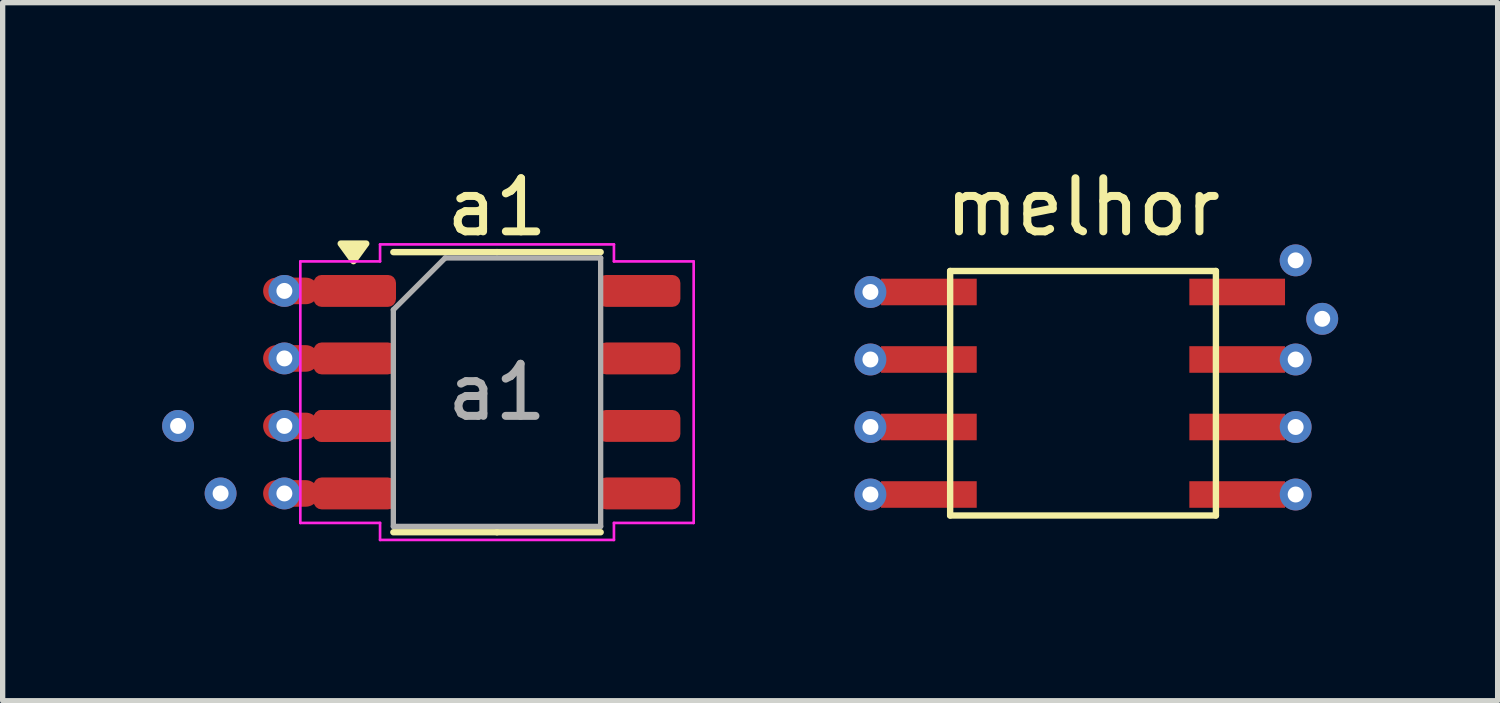
<source format=kicad_pcb>
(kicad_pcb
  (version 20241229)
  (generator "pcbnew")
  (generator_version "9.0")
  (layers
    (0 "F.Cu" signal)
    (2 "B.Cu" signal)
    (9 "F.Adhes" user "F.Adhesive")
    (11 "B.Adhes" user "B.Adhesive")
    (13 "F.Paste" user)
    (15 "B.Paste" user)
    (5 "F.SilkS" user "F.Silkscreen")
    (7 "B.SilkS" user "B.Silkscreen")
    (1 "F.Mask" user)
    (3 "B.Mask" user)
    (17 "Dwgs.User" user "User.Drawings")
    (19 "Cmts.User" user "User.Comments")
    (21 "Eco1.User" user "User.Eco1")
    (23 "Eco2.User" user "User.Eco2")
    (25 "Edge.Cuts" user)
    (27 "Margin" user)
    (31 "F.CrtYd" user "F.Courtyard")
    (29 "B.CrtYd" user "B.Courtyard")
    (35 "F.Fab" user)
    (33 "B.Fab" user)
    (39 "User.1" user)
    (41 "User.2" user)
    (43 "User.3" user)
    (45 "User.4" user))
  (footprint "a1"
    (layer "F.Cu")
    (at 6.3 4.328)
    (property "Reference" "a1" (at 0 -3.48 0) (layer "F.SilkS") (effects (font (size 1 1) (thickness 0.15))))
    (attr smd)
    (fp_line (start -4.15 -1.905) (end -3.6 -1.905) (stroke (width 0.5) (type solid)) (layer "F.Cu"))
    (fp_line (start -4.15 -0.635) (end -3.6 -0.635) (stroke (width 0.5) (type solid)) (layer "F.Cu"))
    (fp_line (start -4.15 0.635) (end -3.6 0.635) (stroke (width 0.5) (type solid)) (layer "F.Cu"))
    (fp_line (start -4.15 1.905) (end -3.6 1.905) (stroke (width 0.5) (type solid)) (layer "F.Cu"))
    (fp_line (start 0 -2.635) (end -1.95 -2.635) (stroke (width 0.12) (type solid)) (layer "F.SilkS"))
    (fp_line (start 0 -2.635) (end 1.95 -2.635) (stroke (width 0.12) (type solid)) (layer "F.SilkS"))
    (fp_line (start 0 2.635) (end -1.95 2.635) (stroke (width 0.12) (type solid)) (layer "F.SilkS"))
    (fp_line (start 0 2.635) (end 1.95 2.635) (stroke (width 0.12) (type solid)) (layer "F.SilkS"))
    (fp_poly (pts (xy -2.7 -2.465) (xy -2.94 -2.795) (xy -2.46 -2.795)) (stroke (width 0.12) (type solid)) (fill yes) (layer "F.SilkS"))
    (fp_line (start -3.7 -2.46) (end -2.2 -2.46) (stroke (width 0.05) (type solid)) (layer "F.CrtYd"))
    (fp_line (start -3.7 2.46) (end -3.7 -2.46) (stroke (width 0.05) (type solid)) (layer "F.CrtYd"))
    (fp_line (start -2.2 -2.78) (end 2.2 -2.78) (stroke (width 0.05) (type solid)) (layer "F.CrtYd"))
    (fp_line (start -2.2 -2.46) (end -2.2 -2.78) (stroke (width 0.05) (type solid)) (layer "F.CrtYd"))
    (fp_line (start -2.2 2.46) (end -3.7 2.46) (stroke (width 0.05) (type solid)) (layer "F.CrtYd"))
    (fp_line (start -2.2 2.78) (end -2.2 2.46) (stroke (width 0.05) (type solid)) (layer "F.CrtYd"))
    (fp_line (start 2.2 -2.78) (end 2.2 -2.46) (stroke (width 0.05) (type solid)) (layer "F.CrtYd"))
    (fp_line (start 2.2 -2.46) (end 3.7 -2.46) (stroke (width 0.05) (type solid)) (layer "F.CrtYd"))
    (fp_line (start 2.2 2.46) (end 2.2 2.78) (stroke (width 0.05) (type solid)) (layer "F.CrtYd"))
    (fp_line (start 2.2 2.78) (end -2.2 2.78) (stroke (width 0.05) (type solid)) (layer "F.CrtYd"))
    (fp_line (start 3.7 -2.46) (end 3.7 2.46) (stroke (width 0.05) (type solid)) (layer "F.CrtYd"))
    (fp_line (start 3.7 2.46) (end 2.2 2.46) (stroke (width 0.05) (type solid)) (layer "F.CrtYd"))
    (fp_line (start -1.95 -1.55) (end -0.975 -2.525) (stroke (width 0.1) (type solid)) (layer "F.Fab"))
    (fp_line (start -1.95 2.525) (end -1.95 -1.55) (stroke (width 0.1) (type solid)) (layer "F.Fab"))
    (fp_line (start -0.975 -2.525) (end 1.95 -2.525) (stroke (width 0.1) (type solid)) (layer "F.Fab"))
    (fp_line (start 1.95 -2.525) (end 1.95 2.525) (stroke (width 0.1) (type solid)) (layer "F.Fab"))
    (fp_line (start 1.95 2.525) (end -1.95 2.525) (stroke (width 0.1) (type solid)) (layer "F.Fab"))
    (fp_text user "${REFERENCE}" (at 0 0 0) (layer "F.Fab") (effects (font (size 0.98 0.98) (thickness 0.15))))
    (pad "1" smd roundrect (at -2.675 -1.905) (size 1.55 0.6) (layers "F.Cu" "F.Mask" "F.Paste") (roundrect_rratio 0.25))
    (pad "2" smd roundrect (at -2.675 -0.635) (size 1.55 0.6) (layers "F.Cu" "F.Mask" "F.Paste") (roundrect_rratio 0.25))
    (pad "3" smd roundrect (at -2.675 0.635) (size 1.55 0.6) (layers "F.Cu" "F.Mask" "F.Paste") (roundrect_rratio 0.25))
    (pad "3" smd roundrect (at -2.675 0.635) (size 1.55 0.6) (layers "F.Cu" "F.Mask" "F.Paste") (roundrect_rratio 0.25))
    (pad "4" smd roundrect (at -2.675 1.905) (size 1.55 0.6) (layers "F.Cu" "F.Mask" "F.Paste") (roundrect_rratio 0.25))
    (pad "5" smd roundrect (at 2.675 1.905) (size 1.55 0.6) (layers "F.Cu" "F.Mask" "F.Paste") (roundrect_rratio 0.25))
    (pad "6" smd roundrect (at 2.675 0.635) (size 1.55 0.6) (layers "F.Cu" "F.Mask" "F.Paste") (roundrect_rratio 0.25))
    (pad "7" smd roundrect (at 2.675 -0.635) (size 1.55 0.6) (layers "F.Cu" "F.Mask" "F.Paste") (roundrect_rratio 0.25))
    (pad "8" smd roundrect (at 2.675 -1.905) (size 1.55 0.6) (layers "F.Cu" "F.Mask" "F.Paste") (roundrect_rratio 0.25))
    (pad "9" thru_hole circle (at -4 -1.905) (size 0.6 0.6) (drill 0.3) (layers "*.Cu"))
    (pad "10" thru_hole circle (at -4 -0.635) (size 0.6 0.6) (drill 0.3) (layers "*.Cu"))
    (pad "12" thru_hole circle (at -4 0.635) (size 0.6 0.6) (drill 0.3) (layers "*.Cu" "*.Mask"))
    (pad "13" thru_hole circle (at -6 0.635) (size 0.6 0.6) (drill 0.3) (layers "*.Cu" "*.Mask"))
    (pad "14" thru_hole circle (at -4 1.905) (size 0.6 0.6) (drill 0.3) (layers "*.Cu" "*.Mask"))
    (pad "15" thru_hole circle (at -5.2 1.905) (size 0.6 0.6) (drill 0.3) (layers "*.Cu" "*.Mask")))
  (footprint "melhor"
    (layer "F.Cu")
    (at 17.325 4.348)
    (property "Reference" "melhor" (at 0 -3.5 0) (layer "F.SilkS") (effects (font (size 1 1) (thickness 0.15))))
    (attr smd)
    (fp_line (start -2.5 -2.3) (end 2.5 -2.3) (stroke (width 0.12) (type solid)) (layer "F.SilkS"))
    (fp_line (start -2.5 2.3) (end -2.5 -2.3) (stroke (width 0.12) (type solid)) (layer "F.SilkS"))
    (fp_line (start 2.5 -2.3) (end 2.5 2.3) (stroke (width 0.12) (type solid)) (layer "F.SilkS"))
    (fp_line (start 2.5 2.3) (end -2.5 2.3) (stroke (width 0.12) (type solid)) (layer "F.SilkS"))
    (pad "1" smd rect (at -2.9 -1.905) (size 1.8 0.5) (layers "F.Cu" "F.Mask" "F.Paste"))
    (pad "2" smd rect (at -2.9 -0.635) (size 1.8 0.5) (layers "F.Cu" "F.Mask" "F.Paste"))
    (pad "3" smd rect (at -2.9 0.635) (size 1.8 0.5) (layers "F.Cu" "F.Mask" "F.Paste"))
    (pad "4" smd rect (at -2.9 1.905) (size 1.8 0.5) (layers "F.Cu" "F.Mask" "F.Paste"))
    (pad "5" smd rect (at 2.9 1.905) (size 1.8 0.5) (layers "F.Cu" "F.Mask" "F.Paste"))
    (pad "6" smd rect (at 2.9 0.635) (size 1.8 0.5) (layers "F.Cu" "F.Mask" "F.Paste"))
    (pad "7" smd rect (at 2.9 -0.635) (size 1.8 0.5) (layers "F.Cu" "F.Mask" "F.Paste"))
    (pad "8" smd rect (at 2.9 -1.905) (size 1.8 0.5) (layers "F.Cu" "F.Mask" "F.Paste"))
    (pad "9" thru_hole circle (at -4 -1.905) (size 0.6 0.6) (drill 0.3) (layers "*.Cu" "*.Mask"))
    (pad "10" thru_hole circle (at -4 -0.635) (size 0.6 0.6) (drill 0.3) (layers "*.Cu" "*.Mask"))
    (pad "11" thru_hole circle (at -4 0.635) (size 0.6 0.6) (drill 0.3) (layers "*.Cu" "*.Mask"))
    (pad "12" thru_hole circle (at -4 1.905) (size 0.6 0.6) (drill 0.3) (layers "*.Cu" "*.Mask"))
    (pad "13" thru_hole circle (at 4 1.905) (size 0.6 0.6) (drill 0.3) (layers "*.Cu" "*.Mask"))
    (pad "14" thru_hole circle (at 4 0.635) (size 0.6 0.6) (drill 0.3) (layers "*.Cu" "*.Mask"))
    (pad "15" thru_hole circle (at 4 -0.635) (size 0.6 0.6) (drill 0.3) (layers "*.Cu" "*.Mask"))
    (pad "16" thru_hole circle (at 4 -2.5) (size 0.6 0.6) (drill 0.3) (layers "*.Cu" "*.Mask"))
    (pad "17" thru_hole circle (at 4.5 -1.4) (size 0.6 0.6) (drill 0.3) (layers "*.Cu" "*.Mask")))
  (gr_rect
    (start -3 -3)
    (end 25.125 10.133)
    (stroke (width 0.1) (type default))
    (fill no)
    (layer "Edge.Cuts")))
</source>
